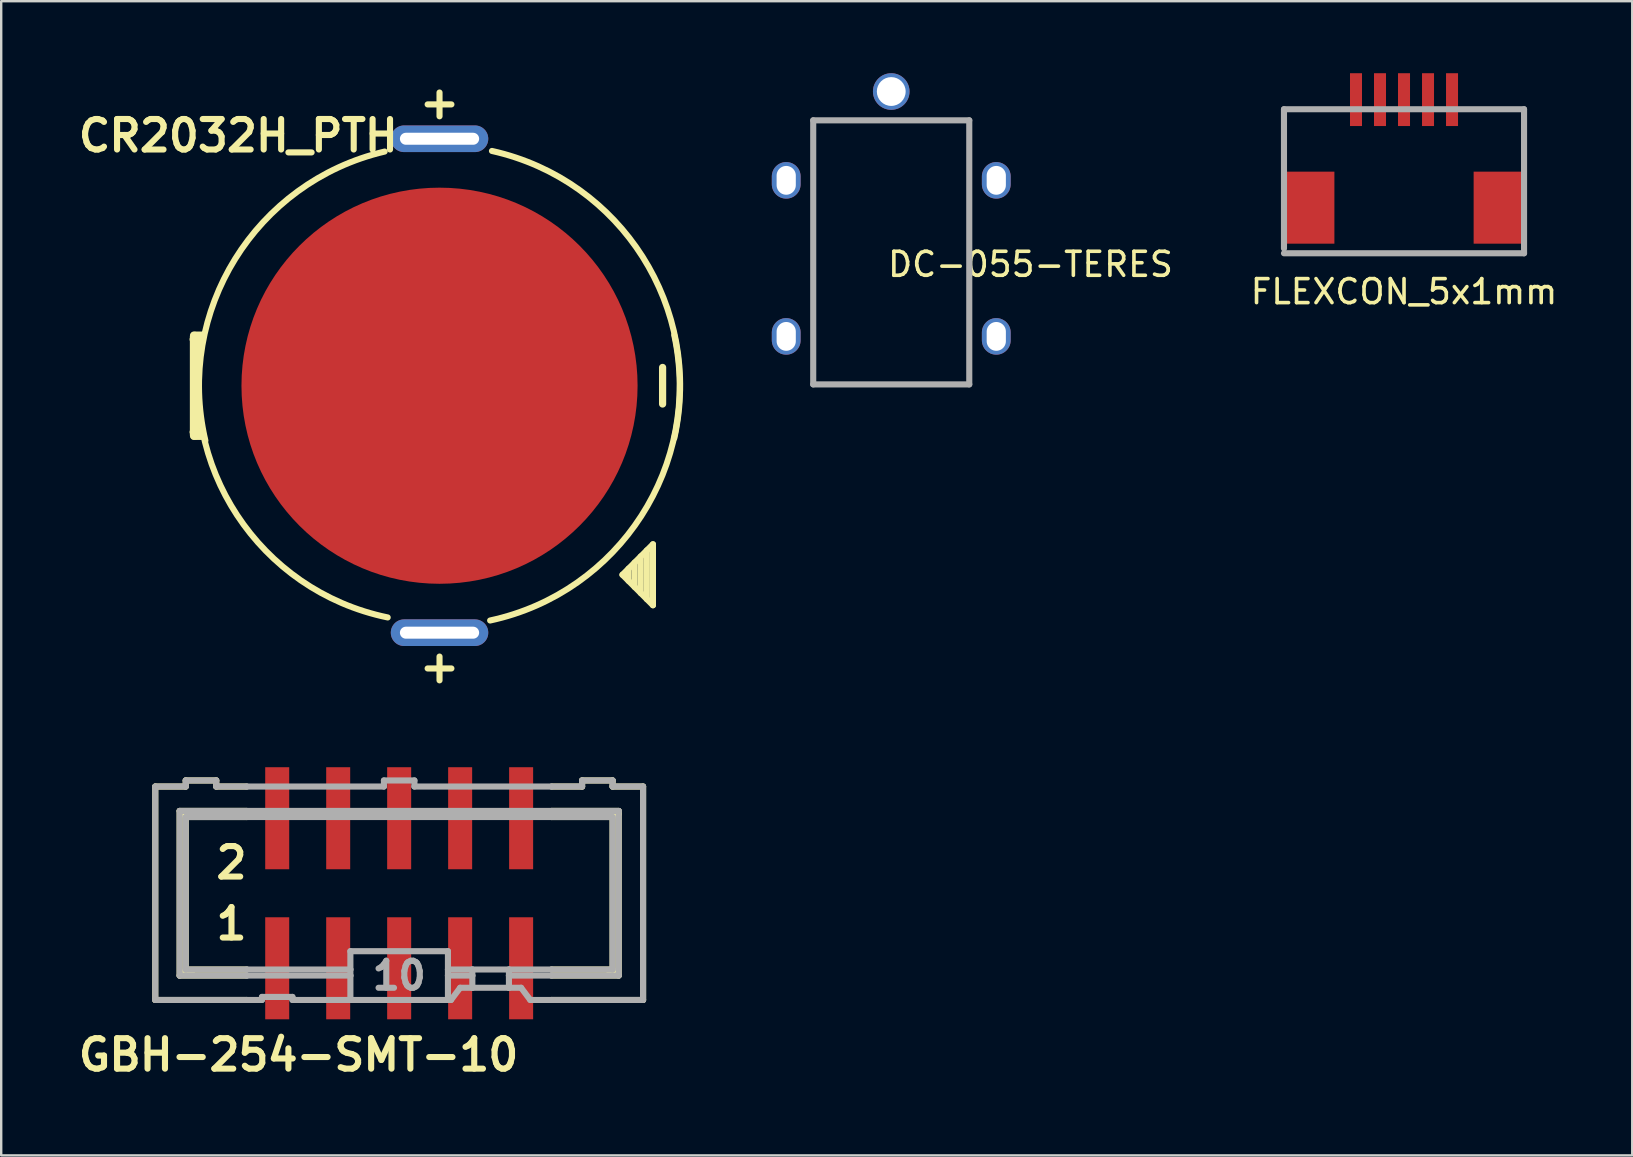
<source format=kicad_pcb>
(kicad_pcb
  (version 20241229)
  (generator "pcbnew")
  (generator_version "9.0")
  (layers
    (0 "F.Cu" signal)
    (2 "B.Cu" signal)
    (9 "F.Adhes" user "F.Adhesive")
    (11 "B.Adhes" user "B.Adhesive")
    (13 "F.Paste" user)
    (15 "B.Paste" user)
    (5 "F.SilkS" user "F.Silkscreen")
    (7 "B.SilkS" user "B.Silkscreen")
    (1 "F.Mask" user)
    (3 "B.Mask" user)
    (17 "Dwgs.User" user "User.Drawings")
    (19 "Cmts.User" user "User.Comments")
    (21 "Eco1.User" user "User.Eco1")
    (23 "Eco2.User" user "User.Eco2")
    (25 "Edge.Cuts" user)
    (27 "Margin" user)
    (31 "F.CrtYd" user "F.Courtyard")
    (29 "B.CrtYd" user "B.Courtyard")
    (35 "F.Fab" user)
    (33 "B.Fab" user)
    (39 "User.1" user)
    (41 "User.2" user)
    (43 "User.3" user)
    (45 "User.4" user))
  (footprint "CR2032H_PTH"
    (layer "F.Cu")
    (at 15.258 13.017)
    (property "Reference" "CR2032H_PTH" (at -8.382 -10.414 0) (layer "F.SilkS") (effects (font (size 1.27 1.27) (thickness 0.254))))
    (attr through_hole)
    (fp_line (start -10.262 -1.93) (end -9.881 -1.93) (stroke (width 0.3) (type solid)) (layer "F.SilkS"))
    (fp_line (start -10.262 1.93) (end -9.881 1.93) (stroke (width 0.3) (type solid)) (layer "F.SilkS"))
    (fp_line (start -10.236 -2.108) (end -9.855 -2.108) (stroke (width 0.3) (type solid)) (layer "F.SilkS"))
    (fp_line (start -10.236 2.108) (end -9.855 2.108) (stroke (width 0.3) (type solid)) (layer "F.SilkS"))
    (fp_line (start -10.2 -2.05) (end -10.2 2.05) (stroke (width 0.4) (type solid)) (layer "F.SilkS"))
    (fp_line (start 7.62 7.874) (end 8.89 6.604) (stroke (width 0.254) (type solid)) (layer "F.SilkS"))
    (fp_line (start 7.874 7.62) (end 7.874 8.128) (stroke (width 0.254) (type solid)) (layer "F.SilkS"))
    (fp_line (start 8.128 7.366) (end 8.128 8.382) (stroke (width 0.254) (type solid)) (layer "F.SilkS"))
    (fp_line (start 8.382 7.112) (end 8.382 8.636) (stroke (width 0.254) (type solid)) (layer "F.SilkS"))
    (fp_line (start 8.636 6.858) (end 8.636 8.89) (stroke (width 0.254) (type solid)) (layer "F.SilkS"))
    (fp_line (start 8.89 6.604) (end 8.89 9.144) (stroke (width 0.254) (type solid)) (layer "F.SilkS"))
    (fp_line (start 8.89 9.144) (end 7.62 7.874) (stroke (width 0.254) (type solid)) (layer "F.SilkS"))
    (fp_arc (start -9.7536 2.286) (mid -8.513283 -5.280391) (end -2.286 -9.7536) (stroke (width 0.254) (type solid)) (layer "F.SilkS"))
    (fp_arc (start -2.159 9.652) (mid -8.432196 5.391235) (end -9.8552 -2.0574) (stroke (width 0.254) (type solid)) (layer "F.SilkS"))
    (fp_arc (start 2.1844 -9.779) (mid 8.459401 -5.370193) (end 9.779 2.1844) (stroke (width 0.254) (type solid)) (layer "F.SilkS"))
    (fp_arc (start 9.779 -2.1082) (mid 8.40552 5.424075) (end 2.1082 9.779) (stroke (width 0.254) (type solid)) (layer "F.SilkS"))
    (fp_text user "+" (at 0 11.684 0) (layer "F.SilkS") (effects (font (size 1.3 1.3) (thickness 0.254))))
    (fp_text user "-" (at 9.144 0 270) (layer "F.SilkS") (effects (font (size 2 2) (thickness 0.3))))
    (fp_text user "+" (at 0 -11.811 0) (layer "F.SilkS") (effects (font (size 1.3 1.3) (thickness 0.254))))
    (pad "1" thru_hole oval (at 0 -10.287) (size 4.06 1.11) (drill oval 3.3 0.5) (layers "*.Cu" "*.Mask"))
    (pad "1" thru_hole oval (at 0 10.287) (size 4.06 1.11) (drill oval 3.3 0.5) (layers "*.Cu" "*.Mask"))
    (pad "2" smd circle (at 0 0) (size 16.5 16.5) (layers "F.Cu" "F.Mask")))
  (footprint "DC-055-TERES"
    (layer "F.Cu")
    (at 34.074 12.962)
    (property "Reference" "DC-055-TERES" (at 5.8 -5 0) (layer "F.SilkS") (effects (font (size 1 1) (thickness 0.15))))
    (attr through_hole)
    (fp_line (start -3.25 -11) (end -3.25 0) (stroke (width 0.254) (type solid)) (layer "F.Fab"))
    (fp_line (start -3.25 0) (end 3.25 0) (stroke (width 0.254) (type solid)) (layer "F.Fab"))
    (fp_line (start 3.25 -11) (end -3.25 -11) (stroke (width 0.254) (type solid)) (layer "F.Fab"))
    (fp_line (start 3.25 0) (end 3.25 -11) (stroke (width 0.254) (type solid)) (layer "F.Fab"))
    (pad "1" thru_hole circle (at 0 -12.2) (size 1.524 1.524) (drill 1.2) (layers "*.Cu" "*.Mask" "F.Paste"))
    (pad "2" thru_hole oval (at -4.375 -8.5) (size 1.2 1.524) (drill oval 0.8 1.2) (layers "*.Cu" "*.Mask" "F.Paste"))
    (pad "2" thru_hole oval (at -4.375 -2) (size 1.2 1.524) (drill oval 0.8 1.2) (layers "*.Cu" "*.Mask" "F.Paste"))
    (pad "2" thru_hole oval (at 4.375 -8.5) (size 1.2 1.524) (drill oval 0.8 1.2) (layers "*.Cu" "*.Mask" "F.Paste"))
    (pad "2" thru_hole oval (at 4.375 -2) (size 1.2 1.524) (drill oval 0.8 1.2) (layers "*.Cu" "*.Mask" "F.Paste")))
  (footprint "FLEXCON_5x1mm"
    (layer "F.Cu")
    (at 55.433 7.1)
    (property "Reference" "FLEXCON_5x1mm" (at 0 2 180) (layer "F.SilkS") (effects (font (size 1 1) (thickness 0.15))))
    (attr through_hole)
    (fp_line (start -5 -5.6) (end -5 0.2) (stroke (width 0.254) (type solid)) (layer "F.Fab"))
    (fp_line (start -5 0.4) (end 5 0.4) (stroke (width 0.254) (type solid)) (layer "F.Fab"))
    (fp_line (start 5 -5.6) (end -5 -5.6) (stroke (width 0.254) (type solid)) (layer "F.Fab"))
    (fp_line (start 5 0.4) (end 5 -5.6) (stroke (width 0.254) (type solid)) (layer "F.Fab"))
    (pad "0" smd rect (at -4 -1.5) (size 2.2 3) (layers "F.Cu" "F.Mask" "F.Paste"))
    (pad "0" smd rect (at 4 -1.5) (size 2.2 3) (layers "F.Cu" "F.Mask" "F.Paste"))
    (pad "1" smd rect (at -2 -6) (size 0.5 2.2) (layers "F.Cu" "F.Mask" "F.Paste"))
    (pad "2" smd rect (at -1 -6) (size 0.5 2.2) (layers "F.Cu" "F.Mask" "F.Paste"))
    (pad "3" smd rect (at 0 -6) (size 0.5 2.2) (layers "F.Cu" "F.Mask" "F.Paste"))
    (pad "4" smd rect (at 1 -6) (size 0.5 2.2) (layers "F.Cu" "F.Mask" "F.Paste"))
    (pad "5" smd rect (at 2 -6) (size 0.5 2.2) (layers "F.Cu" "F.Mask" "F.Paste")))
  (footprint "GBH-254-SMT-10"
    (layer "F.Cu")
    (at 13.577 34.158)
    (property "Reference" "GBH-254-SMT-10" (at -4.191 6.731 0) (layer "F.SilkS") (effects (font (size 1.27 1.27) (thickness 0.254))))
    (attr smd)
    (fp_line (start -10.16 -4.445) (end -10.16 4.445) (stroke (width 0.254) (type solid)) (layer "F.SilkS"))
    (fp_line (start -10.16 -4.445) (end -8.89 -4.445) (stroke (width 0.254) (type solid)) (layer "F.SilkS"))
    (fp_line (start -9.144 -3.429) (end -9.144 3.429) (stroke (width 0.254) (type solid)) (layer "F.SilkS"))
    (fp_line (start -9.144 3.429) (end -6.35 3.429) (stroke (width 0.254) (type solid)) (layer "F.SilkS"))
    (fp_line (start -8.89 -4.699) (end -8.89 -4.445) (stroke (width 0.254) (type solid)) (layer "F.SilkS"))
    (fp_line (start -8.89 -3.175) (end -8.89 3.175) (stroke (width 0.254) (type solid)) (layer "F.SilkS"))
    (fp_line (start -8.89 -3.175) (end -6.35 -3.175) (stroke (width 0.254) (type solid)) (layer "F.SilkS"))
    (fp_line (start -8.636 -3.302) (end -9.017 -3.302) (stroke (width 0.254) (type solid)) (layer "F.SilkS"))
    (fp_line (start -8.636 3.302) (end -9.017 3.302) (stroke (width 0.254) (type solid)) (layer "F.SilkS"))
    (fp_line (start -7.62 -4.699) (end -8.89 -4.699) (stroke (width 0.254) (type solid)) (layer "F.SilkS"))
    (fp_line (start -7.62 -4.699) (end -7.62 -4.445) (stroke (width 0.254) (type solid)) (layer "F.SilkS"))
    (fp_line (start -7.62 -4.445) (end -6.35 -4.445) (stroke (width 0.254) (type solid)) (layer "F.SilkS"))
    (fp_line (start -6.35 -3.429) (end -9.144 -3.429) (stroke (width 0.254) (type solid)) (layer "F.SilkS"))
    (fp_line (start -6.35 3.175) (end -8.89 3.175) (stroke (width 0.254) (type solid)) (layer "F.SilkS"))
    (fp_line (start -6.35 4.445) (end -10.16 4.445) (stroke (width 0.254) (type solid)) (layer "F.SilkS"))
    (fp_line (start 6.35 -4.445) (end 7.62 -4.445) (stroke (width 0.254) (type solid)) (layer "F.SilkS"))
    (fp_line (start 6.35 -3.175) (end 8.89 -3.175) (stroke (width 0.254) (type solid)) (layer "F.SilkS"))
    (fp_line (start 6.35 3.429) (end 9.144 3.429) (stroke (width 0.254) (type solid)) (layer "F.SilkS"))
    (fp_line (start 7.62 -4.445) (end 7.62 -4.699) (stroke (width 0.254) (type solid)) (layer "F.SilkS"))
    (fp_line (start 8.636 -3.302) (end 9.144 -3.302) (stroke (width 0.254) (type solid)) (layer "F.SilkS"))
    (fp_line (start 8.763 3.302) (end 9.017 3.302) (stroke (width 0.254) (type solid)) (layer "F.SilkS"))
    (fp_line (start 8.89 -4.699) (end 7.62 -4.699) (stroke (width 0.254) (type solid)) (layer "F.SilkS"))
    (fp_line (start 8.89 -4.445) (end 8.89 -4.699) (stroke (width 0.254) (type solid)) (layer "F.SilkS"))
    (fp_line (start 8.89 -4.445) (end 10.16 -4.445) (stroke (width 0.254) (type solid)) (layer "F.SilkS"))
    (fp_line (start 8.89 3.175) (end 6.35 3.175) (stroke (width 0.254) (type solid)) (layer "F.SilkS"))
    (fp_line (start 8.89 3.175) (end 8.89 -3.175) (stroke (width 0.254) (type solid)) (layer "F.SilkS"))
    (fp_line (start 9.144 -3.429) (end 6.35 -3.429) (stroke (width 0.254) (type solid)) (layer "F.SilkS"))
    (fp_line (start 9.144 3.429) (end 9.144 -3.429) (stroke (width 0.254) (type solid)) (layer "F.SilkS"))
    (fp_line (start 10.16 4.445) (end 6.35 4.445) (stroke (width 0.254) (type solid)) (layer "F.SilkS"))
    (fp_line (start 10.16 4.445) (end 10.16 -4.445) (stroke (width 0.254) (type solid)) (layer "F.SilkS"))
    (fp_line (start -10.16 -4.445) (end -10.16 4.445) (stroke (width 0.254) (type solid)) (layer "F.Fab"))
    (fp_line (start -10.16 -4.445) (end -8.89 -4.445) (stroke (width 0.254) (type solid)) (layer "F.Fab"))
    (fp_line (start -9.144 -3.429) (end -9.144 3.429) (stroke (width 0.254) (type solid)) (layer "F.Fab"))
    (fp_line (start -9.144 3.429) (end -6.35 3.429) (stroke (width 0.254) (type solid)) (layer "F.Fab"))
    (fp_line (start -8.89 -4.699) (end -8.89 -4.445) (stroke (width 0.254) (type solid)) (layer "F.Fab"))
    (fp_line (start -8.89 -3.175) (end -8.89 3.175) (stroke (width 0.254) (type solid)) (layer "F.Fab"))
    (fp_line (start -8.89 -3.175) (end -6.35 -3.175) (stroke (width 0.254) (type solid)) (layer "F.Fab"))
    (fp_line (start -7.62 -4.699) (end -8.89 -4.699) (stroke (width 0.254) (type solid)) (layer "F.Fab"))
    (fp_line (start -7.62 -4.699) (end -7.62 -4.445) (stroke (width 0.254) (type solid)) (layer "F.Fab"))
    (fp_line (start -7.62 -4.445) (end -6.35 -4.445) (stroke (width 0.254) (type solid)) (layer "F.Fab"))
    (fp_line (start -6.35 -4.445) (end -0.635 -4.445) (stroke (width 0.254) (type solid)) (layer "F.Fab"))
    (fp_line (start -6.35 -3.429) (end -9.144 -3.429) (stroke (width 0.254) (type solid)) (layer "F.Fab"))
    (fp_line (start -6.35 -3.175) (end 6.35 -3.175) (stroke (width 0.254) (type solid)) (layer "F.Fab"))
    (fp_line (start -6.35 3.175) (end -8.89 3.175) (stroke (width 0.254) (type solid)) (layer "F.Fab"))
    (fp_line (start -6.35 3.429) (end -2.032 3.429) (stroke (width 0.254) (type solid)) (layer "F.Fab"))
    (fp_line (start -6.35 4.445) (end -10.16 4.445) (stroke (width 0.254) (type solid)) (layer "F.Fab"))
    (fp_line (start -5.715 4.445) (end -6.35 4.445) (stroke (width 0.254) (type solid)) (layer "F.Fab"))
    (fp_line (start -5.715 4.445) (end -5.715 4.318) (stroke (width 0.254) (type solid)) (layer "F.Fab"))
    (fp_line (start -4.445 4.318) (end -5.715 4.318) (stroke (width 0.254) (type solid)) (layer "F.Fab"))
    (fp_line (start -4.445 4.318) (end -4.445 4.445) (stroke (width 0.254) (type solid)) (layer "F.Fab"))
    (fp_line (start -2.032 3.175) (end -6.35 3.175) (stroke (width 0.254) (type solid)) (layer "F.Fab"))
    (fp_line (start -2.032 3.175) (end -2.032 2.413) (stroke (width 0.254) (type solid)) (layer "F.Fab"))
    (fp_line (start -2.032 3.175) (end -2.032 3.429) (stroke (width 0.254) (type solid)) (layer "F.Fab"))
    (fp_line (start -2.032 3.429) (end -2.032 4.445) (stroke (width 0.254) (type solid)) (layer "F.Fab"))
    (fp_line (start -2.032 4.445) (end -4.445 4.445) (stroke (width 0.254) (type solid)) (layer "F.Fab"))
    (fp_line (start -0.635 -4.699) (end -0.635 -4.445) (stroke (width 0.254) (type solid)) (layer "F.Fab"))
    (fp_line (start 0.635 -4.699) (end -0.635 -4.699) (stroke (width 0.254) (type solid)) (layer "F.Fab"))
    (fp_line (start 0.635 -4.699) (end 0.635 -4.445) (stroke (width 0.254) (type solid)) (layer "F.Fab"))
    (fp_line (start 0.635 -4.445) (end 6.35 -4.445) (stroke (width 0.254) (type solid)) (layer "F.Fab"))
    (fp_line (start 2.032 2.413) (end -2.032 2.413) (stroke (width 0.254) (type solid)) (layer "F.Fab"))
    (fp_line (start 2.032 2.413) (end 2.032 3.175) (stroke (width 0.254) (type solid)) (layer "F.Fab"))
    (fp_line (start 2.032 3.175) (end 2.032 3.429) (stroke (width 0.254) (type solid)) (layer "F.Fab"))
    (fp_line (start 2.032 3.429) (end 2.032 4.445) (stroke (width 0.254) (type solid)) (layer "F.Fab"))
    (fp_line (start 2.032 4.445) (end -2.032 4.445) (stroke (width 0.254) (type solid)) (layer "F.Fab"))
    (fp_line (start 2.159 4.445) (end 2.032 4.445) (stroke (width 0.254) (type solid)) (layer "F.Fab"))
    (fp_line (start 2.159 4.445) (end 2.54 3.937) (stroke (width 0.254) (type solid)) (layer "F.Fab"))
    (fp_line (start 3.048 3.175) (end 2.032 3.175) (stroke (width 0.254) (type solid)) (layer "F.Fab"))
    (fp_line (start 3.048 3.175) (end 3.048 3.429) (stroke (width 0.254) (type solid)) (layer "F.Fab"))
    (fp_line (start 3.048 3.429) (end 2.032 3.429) (stroke (width 0.254) (type solid)) (layer "F.Fab"))
    (fp_line (start 3.048 3.429) (end 3.048 3.937) (stroke (width 0.254) (type solid)) (layer "F.Fab"))
    (fp_line (start 3.048 3.937) (end 2.54 3.937) (stroke (width 0.254) (type solid)) (layer "F.Fab"))
    (fp_line (start 4.572 3.175) (end 3.048 3.175) (stroke (width 0.254) (type solid)) (layer "F.Fab"))
    (fp_line (start 4.572 3.175) (end 4.572 3.429) (stroke (width 0.254) (type solid)) (layer "F.Fab"))
    (fp_line (start 4.572 3.429) (end 4.572 3.937) (stroke (width 0.254) (type solid)) (layer "F.Fab"))
    (fp_line (start 4.572 3.429) (end 6.35 3.429) (stroke (width 0.254) (type solid)) (layer "F.Fab"))
    (fp_line (start 4.572 3.937) (end 3.048 3.937) (stroke (width 0.254) (type solid)) (layer "F.Fab"))
    (fp_line (start 5.08 3.937) (end 4.572 3.937) (stroke (width 0.254) (type solid)) (layer "F.Fab"))
    (fp_line (start 5.08 3.937) (end 5.461 4.445) (stroke (width 0.254) (type solid)) (layer "F.Fab"))
    (fp_line (start 6.35 -4.445) (end 7.62 -4.445) (stroke (width 0.254) (type solid)) (layer "F.Fab"))
    (fp_line (start 6.35 -3.429) (end -6.35 -3.429) (stroke (width 0.254) (type solid)) (layer "F.Fab"))
    (fp_line (start 6.35 -3.175) (end 8.89 -3.175) (stroke (width 0.254) (type solid)) (layer "F.Fab"))
    (fp_line (start 6.35 3.175) (end 4.572 3.175) (stroke (width 0.254) (type solid)) (layer "F.Fab"))
    (fp_line (start 6.35 3.429) (end 9.144 3.429) (stroke (width 0.254) (type solid)) (layer "F.Fab"))
    (fp_line (start 6.35 4.445) (end 5.461 4.445) (stroke (width 0.254) (type solid)) (layer "F.Fab"))
    (fp_line (start 7.62 -4.445) (end 7.62 -4.699) (stroke (width 0.254) (type solid)) (layer "F.Fab"))
    (fp_line (start 8.89 -4.699) (end 7.62 -4.699) (stroke (width 0.254) (type solid)) (layer "F.Fab"))
    (fp_line (start 8.89 -4.445) (end 8.89 -4.699) (stroke (width 0.254) (type solid)) (layer "F.Fab"))
    (fp_line (start 8.89 -4.445) (end 10.16 -4.445) (stroke (width 0.254) (type solid)) (layer "F.Fab"))
    (fp_line (start 8.89 3.175) (end 6.35 3.175) (stroke (width 0.254) (type solid)) (layer "F.Fab"))
    (fp_line (start 8.89 3.175) (end 8.89 -3.175) (stroke (width 0.254) (type solid)) (layer "F.Fab"))
    (fp_line (start 9.144 -3.429) (end 6.35 -3.429) (stroke (width 0.254) (type solid)) (layer "F.Fab"))
    (fp_line (start 9.144 3.429) (end 9.144 -3.429) (stroke (width 0.254) (type solid)) (layer "F.Fab"))
    (fp_line (start 10.16 4.445) (end 6.35 4.445) (stroke (width 0.254) (type solid)) (layer "F.Fab"))
    (fp_line (start 10.16 4.445) (end 10.16 -4.445) (stroke (width 0.254) (type solid)) (layer "F.Fab"))
    (fp_text user "2" (at -6.985 -1.27 0) (layer "F.SilkS") (effects (font (size 1.27 1.27) (thickness 0.254))))
    (fp_text user "1" (at -6.985 1.27 0) (layer "F.SilkS") (effects (font (size 1.27 1.27) (thickness 0.254))))
    (fp_text user "10" (at 0 3.429 0) (layer "F.Fab") (effects (font (size 1.127 1.127) (thickness 0.254))))
    (pad "1" smd rect (at -5.08 3.125 90) (size 4.25 1) (layers "F.Cu" "F.Mask" "F.Paste"))
    (pad "2" smd rect (at -5.08 -3.125 90) (size 4.25 1) (layers "F.Cu" "F.Mask" "F.Paste"))
    (pad "3" smd rect (at -2.54 3.125 90) (size 4.25 1) (layers "F.Cu" "F.Mask" "F.Paste"))
    (pad "4" smd rect (at -2.54 -3.125 90) (size 4.25 1) (layers "F.Cu" "F.Mask" "F.Paste"))
    (pad "5" smd rect (at 0 3.125 90) (size 4.25 1) (layers "F.Cu" "F.Mask" "F.Paste"))
    (pad "6" smd rect (at 0 -3.125 90) (size 4.25 1) (layers "F.Cu" "F.Mask" "F.Paste"))
    (pad "7" smd rect (at 2.54 3.125 90) (size 4.25 1) (layers "F.Cu" "F.Mask" "F.Paste"))
    (pad "8" smd rect (at 2.54 -3.125 90) (size 4.25 1) (layers "F.Cu" "F.Mask" "F.Paste"))
    (pad "9" smd rect (at 5.08 3.125 90) (size 4.25 1) (layers "F.Cu" "F.Mask" "F.Paste"))
    (pad "10" smd rect (at 5.08 -3.125 90) (size 4.25 1) (layers "F.Cu" "F.Mask" "F.Paste")))
  (gr_rect
    (start -3 -3)
    (end 64.939 45.077)
    (stroke (width 0.1) (type default))
    (fill no)
    (layer "Edge.Cuts")))
</source>
